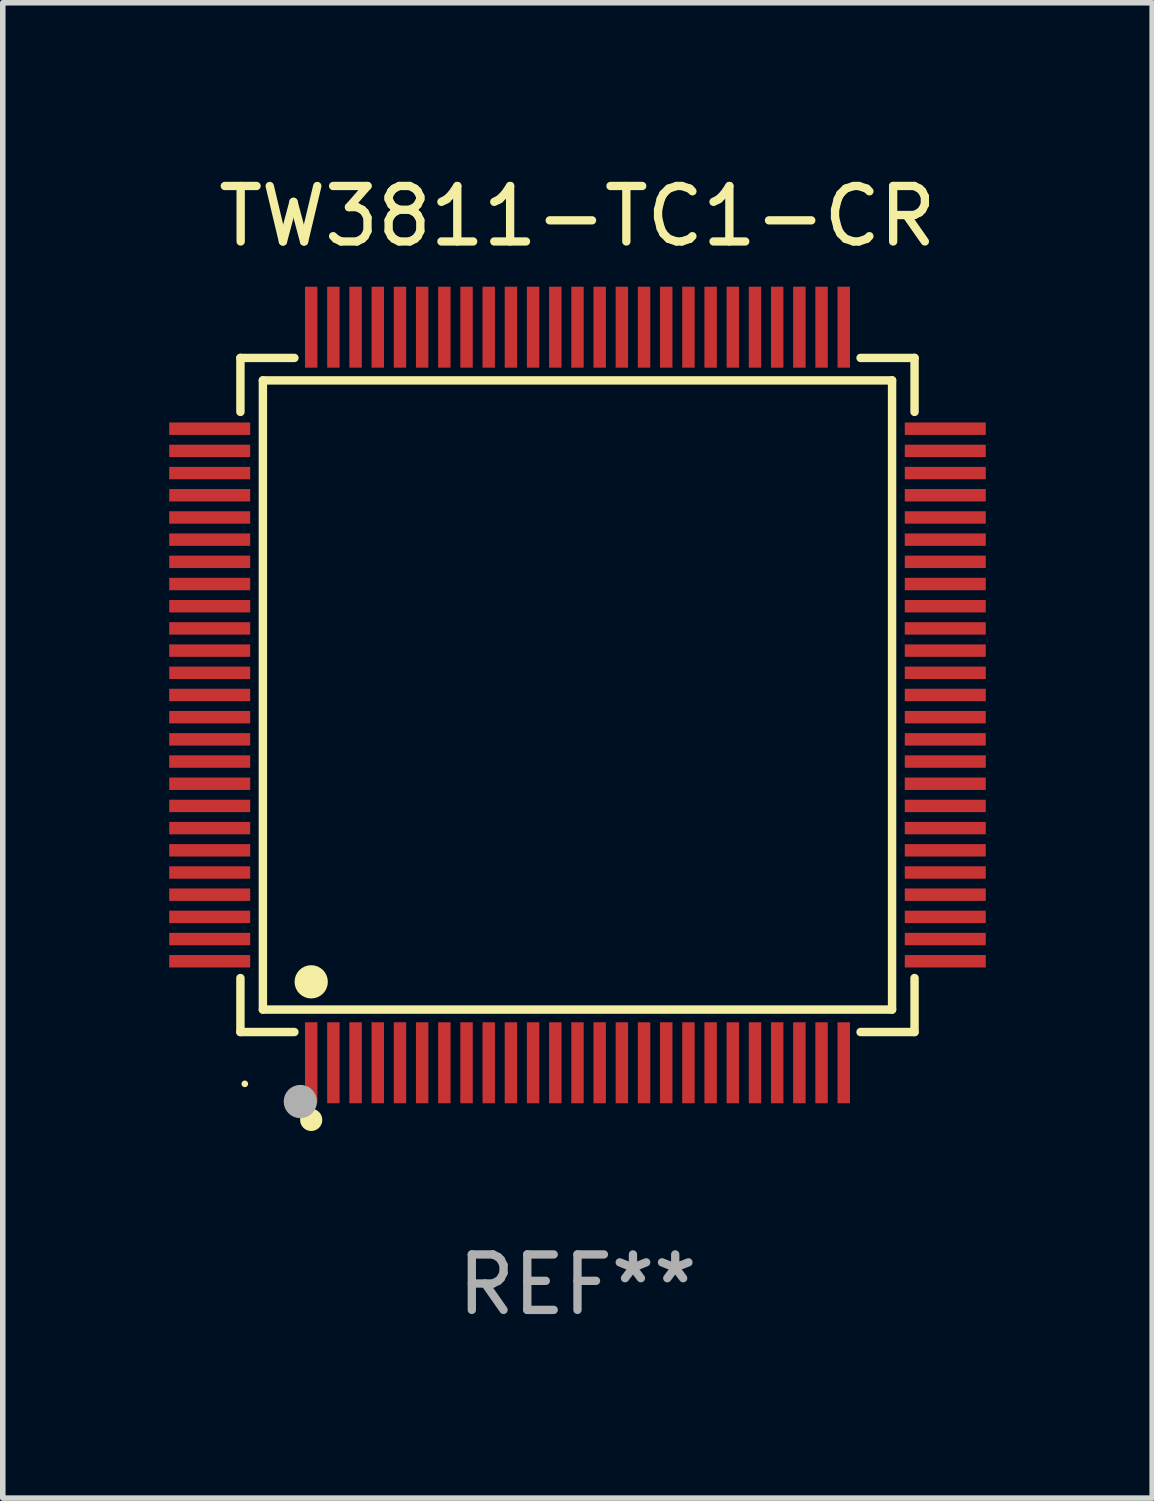
<source format=kicad_pcb>
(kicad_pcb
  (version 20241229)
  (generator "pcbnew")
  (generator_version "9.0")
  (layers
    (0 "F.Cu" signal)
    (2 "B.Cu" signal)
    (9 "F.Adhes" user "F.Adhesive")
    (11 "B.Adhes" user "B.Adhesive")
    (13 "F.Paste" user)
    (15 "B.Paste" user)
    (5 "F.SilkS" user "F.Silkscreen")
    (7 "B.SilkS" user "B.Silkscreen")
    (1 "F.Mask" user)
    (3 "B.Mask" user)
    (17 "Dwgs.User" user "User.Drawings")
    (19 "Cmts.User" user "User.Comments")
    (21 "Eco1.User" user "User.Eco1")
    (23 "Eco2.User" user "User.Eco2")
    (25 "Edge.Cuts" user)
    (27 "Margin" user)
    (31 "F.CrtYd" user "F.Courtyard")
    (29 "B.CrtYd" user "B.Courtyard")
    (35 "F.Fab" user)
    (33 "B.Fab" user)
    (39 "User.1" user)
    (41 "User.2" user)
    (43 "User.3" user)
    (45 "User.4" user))
  (footprint "TW3811-TC1-CR"
    (layer "F.Cu")
    (at 7.36 9.478)
    (property "Reference" "TW3811-TC1-CR" (at 0 -8.63 0) (layer "F.SilkS") (effects (font (size 1 1) (thickness 0.15))))
    (attr through_hole)
    (fp_line (start -6.076 -6.076) (end -5.103 -6.076) (stroke (width 0.152) (type solid)) (layer "F.SilkS"))
    (fp_line (start -6.076 -5.103) (end -6.076 -6.076) (stroke (width 0.152) (type solid)) (layer "F.SilkS"))
    (fp_line (start -6.076 5.103) (end -6.076 6.076) (stroke (width 0.152) (type solid)) (layer "F.SilkS"))
    (fp_line (start -6.076 6.076) (end -5.103 6.076) (stroke (width 0.152) (type solid)) (layer "F.SilkS"))
    (fp_line (start -5.671 -5.671) (end 5.671 -5.671) (stroke (width 0.152) (type solid)) (layer "F.SilkS"))
    (fp_line (start -5.671 5.671) (end -5.671 -5.671) (stroke (width 0.152) (type solid)) (layer "F.SilkS"))
    (fp_line (start 5.671 -5.671) (end 5.671 5.671) (stroke (width 0.152) (type solid)) (layer "F.SilkS"))
    (fp_line (start 5.671 5.671) (end -5.671 5.671) (stroke (width 0.152) (type solid)) (layer "F.SilkS"))
    (fp_line (start 6.076 -6.076) (end 5.103 -6.076) (stroke (width 0.152) (type solid)) (layer "F.SilkS"))
    (fp_line (start 6.076 -5.103) (end 6.076 -6.076) (stroke (width 0.152) (type solid)) (layer "F.SilkS"))
    (fp_line (start 6.076 5.103) (end 6.076 6.076) (stroke (width 0.152) (type solid)) (layer "F.SilkS"))
    (fp_line (start 6.076 6.076) (end 5.103 6.076) (stroke (width 0.152) (type solid)) (layer "F.SilkS"))
    (fp_circle (center -5.997 7.01) (end -5.967 7.01) (stroke (width 0.06) (type solid)) (fill no) (layer "F.SilkS"))
    (fp_circle (center -4.8 5.171) (end -4.65 5.171) (stroke (width 0.3) (type solid)) (fill no) (layer "F.SilkS"))
    (fp_circle (center -4.8 7.66) (end -4.7 7.66) (stroke (width 0.2) (type solid)) (fill no) (layer "F.SilkS"))
    (fp_circle (center -4.996 7.329) (end -4.846 7.329) (stroke (width 0.3) (type solid)) (fill no) (layer "F.Fab"))
    (fp_text user "REF**" (at 0 10.63 0) (layer "F.Fab") (effects (font (size 1 1) (thickness 0.15))))
    (pad "1" smd rect (at -4.8 6.63) (size 0.224 1.46) (layers "F.Cu" "F.Mask" "F.Paste"))
    (pad "2" smd rect (at -4.4 6.63) (size 0.224 1.46) (layers "F.Cu" "F.Mask" "F.Paste"))
    (pad "3" smd rect (at -4 6.63) (size 0.224 1.46) (layers "F.Cu" "F.Mask" "F.Paste"))
    (pad "4" smd rect (at -3.6 6.63) (size 0.224 1.46) (layers "F.Cu" "F.Mask" "F.Paste"))
    (pad "5" smd rect (at -3.2 6.63) (size 0.224 1.46) (layers "F.Cu" "F.Mask" "F.Paste"))
    (pad "6" smd rect (at -2.8 6.63) (size 0.224 1.46) (layers "F.Cu" "F.Mask" "F.Paste"))
    (pad "7" smd rect (at -2.4 6.63) (size 0.224 1.46) (layers "F.Cu" "F.Mask" "F.Paste"))
    (pad "8" smd rect (at -2 6.63) (size 0.224 1.46) (layers "F.Cu" "F.Mask" "F.Paste"))
    (pad "9" smd rect (at -1.6 6.63) (size 0.224 1.46) (layers "F.Cu" "F.Mask" "F.Paste"))
    (pad "10" smd rect (at -1.2 6.63) (size 0.224 1.46) (layers "F.Cu" "F.Mask" "F.Paste"))
    (pad "11" smd rect (at -0.8 6.63) (size 0.224 1.46) (layers "F.Cu" "F.Mask" "F.Paste"))
    (pad "12" smd rect (at -0.4 6.63) (size 0.224 1.46) (layers "F.Cu" "F.Mask" "F.Paste"))
    (pad "13" smd rect (at 0 6.63) (size 0.224 1.46) (layers "F.Cu" "F.Mask" "F.Paste"))
    (pad "14" smd rect (at 0.4 6.63) (size 0.224 1.46) (layers "F.Cu" "F.Mask" "F.Paste"))
    (pad "15" smd rect (at 0.8 6.63) (size 0.224 1.46) (layers "F.Cu" "F.Mask" "F.Paste"))
    (pad "16" smd rect (at 1.2 6.63) (size 0.224 1.46) (layers "F.Cu" "F.Mask" "F.Paste"))
    (pad "17" smd rect (at 1.6 6.63) (size 0.224 1.46) (layers "F.Cu" "F.Mask" "F.Paste"))
    (pad "18" smd rect (at 2 6.63) (size 0.224 1.46) (layers "F.Cu" "F.Mask" "F.Paste"))
    (pad "19" smd rect (at 2.4 6.63) (size 0.224 1.46) (layers "F.Cu" "F.Mask" "F.Paste"))
    (pad "20" smd rect (at 2.8 6.63) (size 0.224 1.46) (layers "F.Cu" "F.Mask" "F.Paste"))
    (pad "21" smd rect (at 3.2 6.63) (size 0.224 1.46) (layers "F.Cu" "F.Mask" "F.Paste"))
    (pad "22" smd rect (at 3.6 6.63) (size 0.224 1.46) (layers "F.Cu" "F.Mask" "F.Paste"))
    (pad "23" smd rect (at 4 6.63) (size 0.224 1.46) (layers "F.Cu" "F.Mask" "F.Paste"))
    (pad "24" smd rect (at 4.4 6.63) (size 0.224 1.46) (layers "F.Cu" "F.Mask" "F.Paste"))
    (pad "25" smd rect (at 4.8 6.63) (size 0.224 1.46) (layers "F.Cu" "F.Mask" "F.Paste"))
    (pad "26" smd rect (at 6.63 4.8) (size 1.46 0.224) (layers "F.Cu" "F.Mask" "F.Paste"))
    (pad "27" smd rect (at 6.63 4.4) (size 1.46 0.224) (layers "F.Cu" "F.Mask" "F.Paste"))
    (pad "28" smd rect (at 6.63 4) (size 1.46 0.224) (layers "F.Cu" "F.Mask" "F.Paste"))
    (pad "29" smd rect (at 6.63 3.6) (size 1.46 0.224) (layers "F.Cu" "F.Mask" "F.Paste"))
    (pad "30" smd rect (at 6.63 3.2) (size 1.46 0.224) (layers "F.Cu" "F.Mask" "F.Paste"))
    (pad "31" smd rect (at 6.63 2.8) (size 1.46 0.224) (layers "F.Cu" "F.Mask" "F.Paste"))
    (pad "32" smd rect (at 6.63 2.4) (size 1.46 0.224) (layers "F.Cu" "F.Mask" "F.Paste"))
    (pad "33" smd rect (at 6.63 2) (size 1.46 0.224) (layers "F.Cu" "F.Mask" "F.Paste"))
    (pad "34" smd rect (at 6.63 1.6) (size 1.46 0.224) (layers "F.Cu" "F.Mask" "F.Paste"))
    (pad "35" smd rect (at 6.63 1.2) (size 1.46 0.224) (layers "F.Cu" "F.Mask" "F.Paste"))
    (pad "36" smd rect (at 6.63 0.8) (size 1.46 0.224) (layers "F.Cu" "F.Mask" "F.Paste"))
    (pad "37" smd rect (at 6.63 0.4) (size 1.46 0.224) (layers "F.Cu" "F.Mask" "F.Paste"))
    (pad "38" smd rect (at 6.63 0) (size 1.46 0.224) (layers "F.Cu" "F.Mask" "F.Paste"))
    (pad "39" smd rect (at 6.63 -0.4) (size 1.46 0.224) (layers "F.Cu" "F.Mask" "F.Paste"))
    (pad "40" smd rect (at 6.63 -0.8) (size 1.46 0.224) (layers "F.Cu" "F.Mask" "F.Paste"))
    (pad "41" smd rect (at 6.63 -1.2) (size 1.46 0.224) (layers "F.Cu" "F.Mask" "F.Paste"))
    (pad "42" smd rect (at 6.63 -1.6) (size 1.46 0.224) (layers "F.Cu" "F.Mask" "F.Paste"))
    (pad "43" smd rect (at 6.63 -2) (size 1.46 0.224) (layers "F.Cu" "F.Mask" "F.Paste"))
    (pad "44" smd rect (at 6.63 -2.4) (size 1.46 0.224) (layers "F.Cu" "F.Mask" "F.Paste"))
    (pad "45" smd rect (at 6.63 -2.8) (size 1.46 0.224) (layers "F.Cu" "F.Mask" "F.Paste"))
    (pad "46" smd rect (at 6.63 -3.2) (size 1.46 0.224) (layers "F.Cu" "F.Mask" "F.Paste"))
    (pad "47" smd rect (at 6.63 -3.6) (size 1.46 0.224) (layers "F.Cu" "F.Mask" "F.Paste"))
    (pad "48" smd rect (at 6.63 -4) (size 1.46 0.224) (layers "F.Cu" "F.Mask" "F.Paste"))
    (pad "49" smd rect (at 6.63 -4.4) (size 1.46 0.224) (layers "F.Cu" "F.Mask" "F.Paste"))
    (pad "50" smd rect (at 6.63 -4.8) (size 1.46 0.224) (layers "F.Cu" "F.Mask" "F.Paste"))
    (pad "51" smd rect (at 4.8 -6.63) (size 0.224 1.46) (layers "F.Cu" "F.Mask" "F.Paste"))
    (pad "52" smd rect (at 4.4 -6.63) (size 0.224 1.46) (layers "F.Cu" "F.Mask" "F.Paste"))
    (pad "53" smd rect (at 4 -6.63) (size 0.224 1.46) (layers "F.Cu" "F.Mask" "F.Paste"))
    (pad "54" smd rect (at 3.6 -6.63) (size 0.224 1.46) (layers "F.Cu" "F.Mask" "F.Paste"))
    (pad "55" smd rect (at 3.2 -6.63) (size 0.224 1.46) (layers "F.Cu" "F.Mask" "F.Paste"))
    (pad "56" smd rect (at 2.8 -6.63) (size 0.224 1.46) (layers "F.Cu" "F.Mask" "F.Paste"))
    (pad "57" smd rect (at 2.4 -6.63) (size 0.224 1.46) (layers "F.Cu" "F.Mask" "F.Paste"))
    (pad "58" smd rect (at 2 -6.63) (size 0.224 1.46) (layers "F.Cu" "F.Mask" "F.Paste"))
    (pad "59" smd rect (at 1.6 -6.63) (size 0.224 1.46) (layers "F.Cu" "F.Mask" "F.Paste"))
    (pad "60" smd rect (at 1.2 -6.63) (size 0.224 1.46) (layers "F.Cu" "F.Mask" "F.Paste"))
    (pad "61" smd rect (at 0.8 -6.63) (size 0.224 1.46) (layers "F.Cu" "F.Mask" "F.Paste"))
    (pad "62" smd rect (at 0.4 -6.63) (size 0.224 1.46) (layers "F.Cu" "F.Mask" "F.Paste"))
    (pad "63" smd rect (at 0 -6.63) (size 0.224 1.46) (layers "F.Cu" "F.Mask" "F.Paste"))
    (pad "64" smd rect (at -0.4 -6.63) (size 0.224 1.46) (layers "F.Cu" "F.Mask" "F.Paste"))
    (pad "65" smd rect (at -0.8 -6.63) (size 0.224 1.46) (layers "F.Cu" "F.Mask" "F.Paste"))
    (pad "66" smd rect (at -1.2 -6.63) (size 0.224 1.46) (layers "F.Cu" "F.Mask" "F.Paste"))
    (pad "67" smd rect (at -1.6 -6.63) (size 0.224 1.46) (layers "F.Cu" "F.Mask" "F.Paste"))
    (pad "68" smd rect (at -2 -6.63) (size 0.224 1.46) (layers "F.Cu" "F.Mask" "F.Paste"))
    (pad "69" smd rect (at -2.4 -6.63) (size 0.224 1.46) (layers "F.Cu" "F.Mask" "F.Paste"))
    (pad "70" smd rect (at -2.8 -6.63) (size 0.224 1.46) (layers "F.Cu" "F.Mask" "F.Paste"))
    (pad "71" smd rect (at -3.2 -6.63) (size 0.224 1.46) (layers "F.Cu" "F.Mask" "F.Paste"))
    (pad "72" smd rect (at -3.6 -6.63) (size 0.224 1.46) (layers "F.Cu" "F.Mask" "F.Paste"))
    (pad "73" smd rect (at -4 -6.63) (size 0.224 1.46) (layers "F.Cu" "F.Mask" "F.Paste"))
    (pad "74" smd rect (at -4.4 -6.63) (size 0.224 1.46) (layers "F.Cu" "F.Mask" "F.Paste"))
    (pad "75" smd rect (at -4.8 -6.63) (size 0.224 1.46) (layers "F.Cu" "F.Mask" "F.Paste"))
    (pad "76" smd rect (at -6.63 -4.8) (size 1.46 0.224) (layers "F.Cu" "F.Mask" "F.Paste"))
    (pad "77" smd rect (at -6.63 -4.4) (size 1.46 0.224) (layers "F.Cu" "F.Mask" "F.Paste"))
    (pad "78" smd rect (at -6.63 -4) (size 1.46 0.224) (layers "F.Cu" "F.Mask" "F.Paste"))
    (pad "79" smd rect (at -6.63 -3.6) (size 1.46 0.224) (layers "F.Cu" "F.Mask" "F.Paste"))
    (pad "80" smd rect (at -6.63 -3.2) (size 1.46 0.224) (layers "F.Cu" "F.Mask" "F.Paste"))
    (pad "81" smd rect (at -6.63 -2.8) (size 1.46 0.224) (layers "F.Cu" "F.Mask" "F.Paste"))
    (pad "82" smd rect (at -6.63 -2.4) (size 1.46 0.224) (layers "F.Cu" "F.Mask" "F.Paste"))
    (pad "83" smd rect (at -6.63 -2) (size 1.46 0.224) (layers "F.Cu" "F.Mask" "F.Paste"))
    (pad "84" smd rect (at -6.63 -1.6) (size 1.46 0.224) (layers "F.Cu" "F.Mask" "F.Paste"))
    (pad "85" smd rect (at -6.63 -1.2) (size 1.46 0.224) (layers "F.Cu" "F.Mask" "F.Paste"))
    (pad "86" smd rect (at -6.63 -0.8) (size 1.46 0.224) (layers "F.Cu" "F.Mask" "F.Paste"))
    (pad "87" smd rect (at -6.63 -0.4) (size 1.46 0.224) (layers "F.Cu" "F.Mask" "F.Paste"))
    (pad "88" smd rect (at -6.63 0) (size 1.46 0.224) (layers "F.Cu" "F.Mask" "F.Paste"))
    (pad "89" smd rect (at -6.63 0.4) (size 1.46 0.224) (layers "F.Cu" "F.Mask" "F.Paste"))
    (pad "90" smd rect (at -6.63 0.8) (size 1.46 0.224) (layers "F.Cu" "F.Mask" "F.Paste"))
    (pad "91" smd rect (at -6.63 1.2) (size 1.46 0.224) (layers "F.Cu" "F.Mask" "F.Paste"))
    (pad "92" smd rect (at -6.63 1.6) (size 1.46 0.224) (layers "F.Cu" "F.Mask" "F.Paste"))
    (pad "93" smd rect (at -6.63 2) (size 1.46 0.224) (layers "F.Cu" "F.Mask" "F.Paste"))
    (pad "94" smd rect (at -6.63 2.4) (size 1.46 0.224) (layers "F.Cu" "F.Mask" "F.Paste"))
    (pad "95" smd rect (at -6.63 2.8) (size 1.46 0.224) (layers "F.Cu" "F.Mask" "F.Paste"))
    (pad "96" smd rect (at -6.63 3.2) (size 1.46 0.224) (layers "F.Cu" "F.Mask" "F.Paste"))
    (pad "97" smd rect (at -6.63 3.6) (size 1.46 0.224) (layers "F.Cu" "F.Mask" "F.Paste"))
    (pad "98" smd rect (at -6.63 4) (size 1.46 0.224) (layers "F.Cu" "F.Mask" "F.Paste"))
    (pad "99" smd rect (at -6.63 4.4) (size 1.46 0.224) (layers "F.Cu" "F.Mask" "F.Paste"))
    (pad "100" smd rect (at -6.63 4.8) (size 1.46 0.224) (layers "F.Cu" "F.Mask" "F.Paste")))
  (gr_rect
    (start -3 -3)
    (end 17.72 23.956)
    (stroke (width 0.1) (type default))
    (fill no)
    (layer "Edge.Cuts")))
</source>
